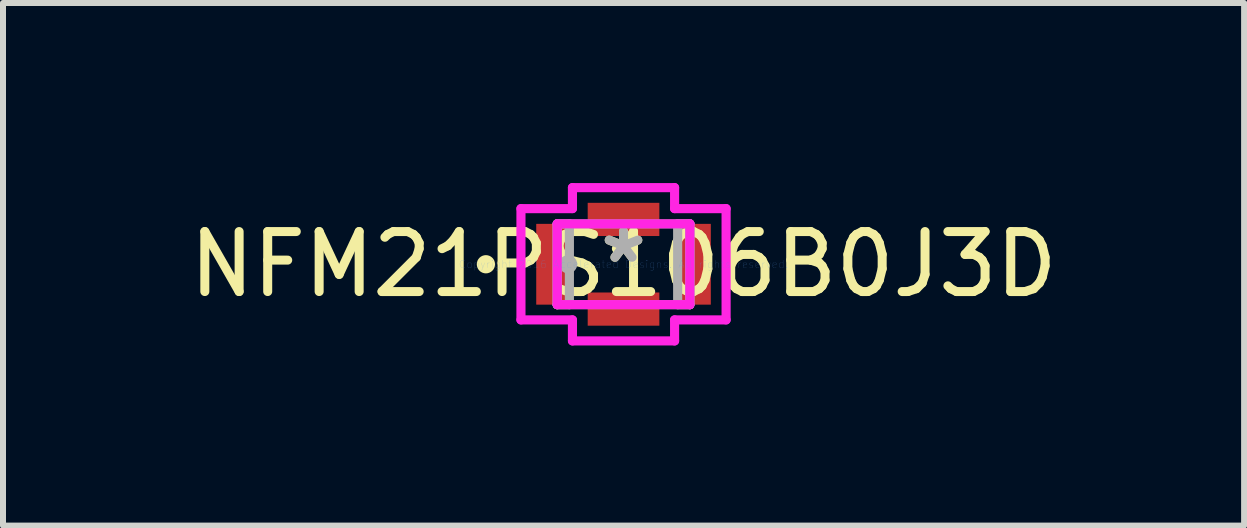
<source format=kicad_pcb>
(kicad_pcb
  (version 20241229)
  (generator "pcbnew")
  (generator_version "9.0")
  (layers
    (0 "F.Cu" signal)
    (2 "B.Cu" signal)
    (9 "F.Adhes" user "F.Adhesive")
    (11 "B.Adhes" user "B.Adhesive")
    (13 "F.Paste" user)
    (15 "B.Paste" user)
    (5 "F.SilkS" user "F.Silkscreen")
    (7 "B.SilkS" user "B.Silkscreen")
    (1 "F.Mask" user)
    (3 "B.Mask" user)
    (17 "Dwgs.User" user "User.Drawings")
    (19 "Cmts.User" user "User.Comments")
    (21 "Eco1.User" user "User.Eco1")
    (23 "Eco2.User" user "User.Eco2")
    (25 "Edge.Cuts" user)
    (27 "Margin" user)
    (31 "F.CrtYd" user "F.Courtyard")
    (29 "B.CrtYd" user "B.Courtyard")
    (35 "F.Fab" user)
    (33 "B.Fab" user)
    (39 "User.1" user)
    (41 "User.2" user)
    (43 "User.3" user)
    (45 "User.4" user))
  (footprint "NFM21PS106B0J3D"
    (layer "F.Cu")
    (at 7.339 1.353)
    (property "Reference" "NFM21PS106B0J3D" (at 0 0 0) (layer "F.SilkS") (effects (font (size 1 1) (thickness 0.15))))
    (attr through_hole)
    (fp_circle (center -2.293 0) (end -2.217 0) (stroke (width 0.152) (type solid)) (fill no) (layer "F.SilkS"))
    (fp_line (start -1.709 -0.927) (end -0.851 -0.927) (stroke (width 0.152) (type solid)) (layer "F.CrtYd"))
    (fp_line (start -1.709 0.927) (end -1.709 -0.927) (stroke (width 0.152) (type solid)) (layer "F.CrtYd"))
    (fp_line (start -1.105 -0.673) (end 1.105 -0.673) (stroke (width 0.152) (type solid)) (layer "F.CrtYd"))
    (fp_line (start -1.105 0.673) (end -1.105 -0.673) (stroke (width 0.152) (type solid)) (layer "F.CrtYd"))
    (fp_line (start -0.851 -1.277) (end 0.851 -1.277) (stroke (width 0.152) (type solid)) (layer "F.CrtYd"))
    (fp_line (start -0.851 -0.927) (end -0.851 -1.277) (stroke (width 0.152) (type solid)) (layer "F.CrtYd"))
    (fp_line (start -0.851 0.927) (end -1.709 0.927) (stroke (width 0.152) (type solid)) (layer "F.CrtYd"))
    (fp_line (start -0.851 1.277) (end -0.851 0.927) (stroke (width 0.152) (type solid)) (layer "F.CrtYd"))
    (fp_line (start 0.851 -1.277) (end 0.851 -0.927) (stroke (width 0.152) (type solid)) (layer "F.CrtYd"))
    (fp_line (start 0.851 -0.927) (end 1.709 -0.927) (stroke (width 0.152) (type solid)) (layer "F.CrtYd"))
    (fp_line (start 0.851 0.927) (end 0.851 1.277) (stroke (width 0.152) (type solid)) (layer "F.CrtYd"))
    (fp_line (start 0.851 1.277) (end -0.851 1.277) (stroke (width 0.152) (type solid)) (layer "F.CrtYd"))
    (fp_line (start 1.105 -0.673) (end 1.105 0.673) (stroke (width 0.152) (type solid)) (layer "F.CrtYd"))
    (fp_line (start 1.105 0.673) (end -1.105 0.673) (stroke (width 0.152) (type solid)) (layer "F.CrtYd"))
    (fp_line (start 1.709 -0.927) (end 1.709 0.927) (stroke (width 0.152) (type solid)) (layer "F.CrtYd"))
    (fp_line (start 1.709 0.927) (end 0.851 0.927) (stroke (width 0.152) (type solid)) (layer "F.CrtYd"))
    (fp_line (start -1.105 -0.673) (end -1.105 0.673) (stroke (width 0.152) (type solid)) (layer "F.Fab"))
    (fp_line (start -1.105 -0.673) (end -1.105 0.673) (stroke (width 0.152) (type solid)) (layer "F.Fab"))
    (fp_line (start -1.105 0.673) (end -0.902 0.673) (stroke (width 0.152) (type solid)) (layer "F.Fab"))
    (fp_line (start -1.105 0.673) (end 1.105 0.673) (stroke (width 0.152) (type solid)) (layer "F.Fab"))
    (fp_line (start -0.902 -0.673) (end -1.105 -0.673) (stroke (width 0.152) (type solid)) (layer "F.Fab"))
    (fp_line (start -0.902 0.673) (end -0.902 -0.673) (stroke (width 0.152) (type solid)) (layer "F.Fab"))
    (fp_line (start 0.902 -0.673) (end 0.902 0.673) (stroke (width 0.152) (type solid)) (layer "F.Fab"))
    (fp_line (start 0.902 0.673) (end 1.105 0.673) (stroke (width 0.152) (type solid)) (layer "F.Fab"))
    (fp_line (start 1.105 -0.673) (end -1.105 -0.673) (stroke (width 0.152) (type solid)) (layer "F.Fab"))
    (fp_line (start 1.105 -0.673) (end 0.902 -0.673) (stroke (width 0.152) (type solid)) (layer "F.Fab"))
    (fp_line (start 1.105 0.673) (end 1.105 -0.673) (stroke (width 0.152) (type solid)) (layer "F.Fab"))
    (fp_line (start 1.105 0.673) (end 1.105 -0.673) (stroke (width 0.152) (type solid)) (layer "F.Fab"))
    (fp_circle (center -0.924 0) (end -0.848 0) (stroke (width 0.152) (type solid)) (fill no) (layer "F.Fab"))
    (fp_text user "*" (at 0 0 0) (layer "F.SilkS") (effects (font (size 1 1) (thickness 0.15))))
    (fp_text user "Copyright 2016 Accelerated Designs. All rights reserved." (at 0 0 0) (layer "Cmts.User") (effects (font (size 0.127 0.127) (thickness 0.002))))
    (fp_text user "*" (at 0 0 0) (layer "F.Fab") (effects (font (size 1 1) (thickness 0.15))))
    (pad "1" smd rect (at -1.178 0) (size 0.553 1.346) (layers "F.Cu" "F.Mask" "F.Paste"))
    (pad "2" smd rect (at 1.178 0) (size 0.553 1.346) (layers "F.Cu" "F.Mask" "F.Paste"))
    (pad "3" smd rect (at 0 -0.747) (size 1.194 0.553) (layers "F.Cu" "F.Mask" "F.Paste"))
    (pad "4" smd rect (at 0 0.747) (size 1.194 0.553) (layers "F.Cu" "F.Mask" "F.Paste")))
  (gr_rect
    (start -3 -3)
    (end 17.679 5.707)
    (stroke (width 0.1) (type default))
    (fill no)
    (layer "Edge.Cuts")))
</source>
